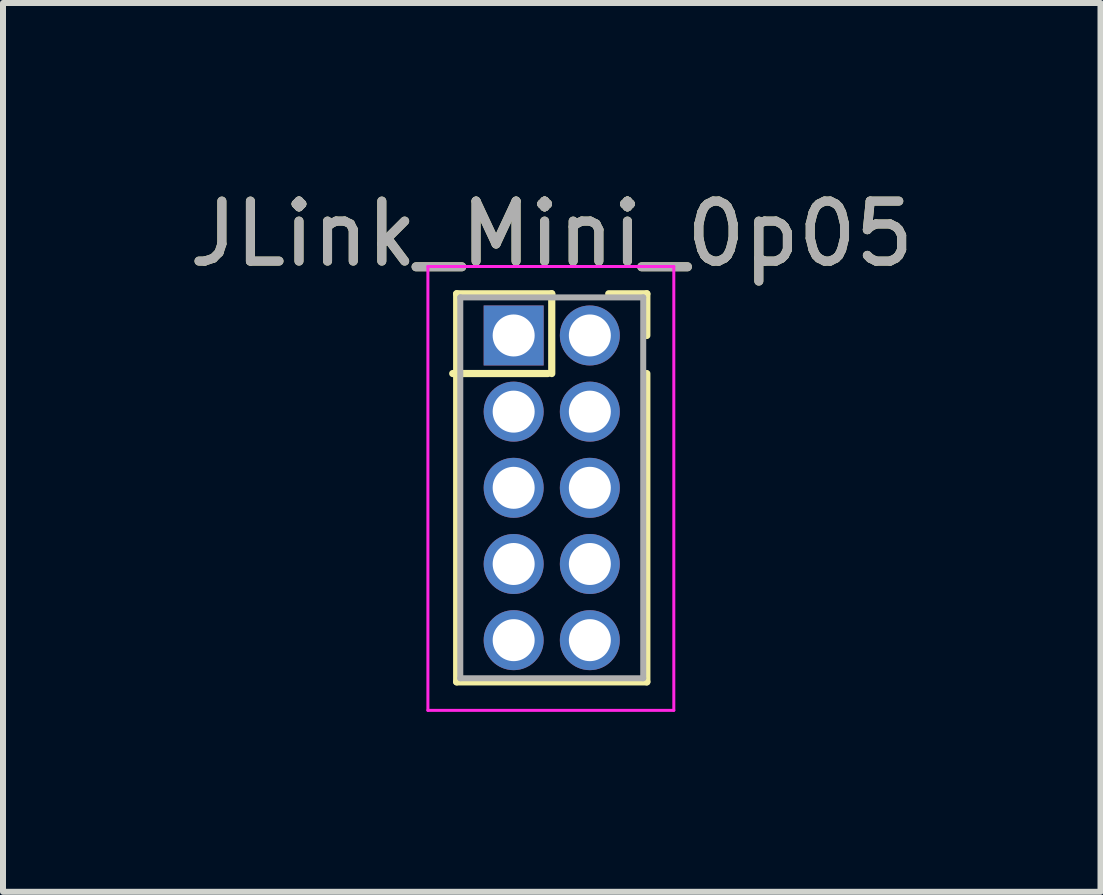
<source format=kicad_pcb>
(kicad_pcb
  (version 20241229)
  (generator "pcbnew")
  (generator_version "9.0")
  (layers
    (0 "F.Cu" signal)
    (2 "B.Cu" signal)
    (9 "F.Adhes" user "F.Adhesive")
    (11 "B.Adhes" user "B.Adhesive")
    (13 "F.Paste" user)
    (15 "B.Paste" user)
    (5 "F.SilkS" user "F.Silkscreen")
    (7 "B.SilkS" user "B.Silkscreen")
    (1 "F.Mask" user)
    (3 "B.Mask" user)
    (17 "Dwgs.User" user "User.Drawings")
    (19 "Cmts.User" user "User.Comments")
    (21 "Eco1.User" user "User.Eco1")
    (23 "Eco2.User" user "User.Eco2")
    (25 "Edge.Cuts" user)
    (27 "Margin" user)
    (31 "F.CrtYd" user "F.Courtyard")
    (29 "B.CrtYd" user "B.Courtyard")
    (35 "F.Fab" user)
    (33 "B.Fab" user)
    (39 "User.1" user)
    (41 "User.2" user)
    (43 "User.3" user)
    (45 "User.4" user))
  (footprint "JLink_Mini_0p05"
    (layer "F.Cu")
    (at 6.784 2.543)
    (property "Reference" "JLink_Mini_0p05" (at -0.635 -1.695 0) (layer "F.SilkS") (effects (font (size 1 1) (thickness 0.15))))
    (attr through_hole)
    (fp_line (start -2.286 0.635) (end -0.701 0.635) (stroke (width 0.12) (type solid)) (layer "F.SilkS"))
    (fp_line (start -2.22 -0.695) (end -0.635 -0.695) (stroke (width 0.12) (type solid)) (layer "F.SilkS"))
    (fp_line (start -2.22 5.775) (end -2.22 -0.695) (stroke (width 0.12) (type solid)) (layer "F.SilkS"))
    (fp_line (start -0.635 -0.695) (end -0.635 0.635) (stroke (width 0.12) (type solid)) (layer "F.SilkS"))
    (fp_line (start 0.95 -0.695) (end 0.315 -0.695) (stroke (width 0.12) (type solid)) (layer "F.SilkS"))
    (fp_line (start 0.95 0) (end 0.95 -0.695) (stroke (width 0.12) (type solid)) (layer "F.SilkS"))
    (fp_line (start 0.95 0.635) (end 0.95 5.775) (stroke (width 0.12) (type solid)) (layer "F.SilkS"))
    (fp_line (start 0.95 5.775) (end -2.22 5.775) (stroke (width 0.12) (type solid)) (layer "F.SilkS"))
    (fp_line (start -2.7 -1.15) (end -2.7 6.25) (stroke (width 0.05) (type solid)) (layer "F.CrtYd"))
    (fp_line (start -2.7 6.25) (end 1.4 6.25) (stroke (width 0.05) (type solid)) (layer "F.CrtYd"))
    (fp_line (start 1.4 -1.15) (end -2.7 -1.15) (stroke (width 0.05) (type solid)) (layer "F.CrtYd"))
    (fp_line (start 1.4 6.25) (end 1.4 -1.15) (stroke (width 0.05) (type solid)) (layer "F.CrtYd"))
    (fp_line (start -2.16 -0.635) (end -2.16 5.715) (stroke (width 0.1) (type solid)) (layer "F.Fab"))
    (fp_line (start -2.16 5.715) (end 0.89 5.715) (stroke (width 0.1) (type solid)) (layer "F.Fab"))
    (fp_line (start 0.89 -0.635) (end -2.16 -0.635) (stroke (width 0.1) (type solid)) (layer "F.Fab"))
    (fp_line (start 0.89 5.715) (end 0.89 -0.635) (stroke (width 0.1) (type solid)) (layer "F.Fab"))
    (fp_text user "${REFERENCE}" (at -0.635 -1.695 0) (layer "F.Fab") (effects (font (size 1 1) (thickness 0.15))))
    (pad "1" thru_hole rect (at -1.27 0) (size 1 1) (drill 0.7) (layers "*.Cu" "*.Mask"))
    (pad "2" thru_hole oval (at 0 0) (size 1 1) (drill 0.7) (layers "*.Cu" "*.Mask"))
    (pad "3" thru_hole oval (at -1.27 1.27) (size 1 1) (drill 0.7) (layers "*.Cu" "*.Mask"))
    (pad "4" thru_hole oval (at 0 1.27) (size 1 1) (drill 0.7) (layers "*.Cu" "*.Mask"))
    (pad "5" thru_hole oval (at -1.27 2.54) (size 1 1) (drill 0.7) (layers "*.Cu" "*.Mask"))
    (pad "6" thru_hole oval (at 0 2.54) (size 1 1) (drill 0.7) (layers "*.Cu" "*.Mask"))
    (pad "7" thru_hole oval (at -1.27 3.81) (size 1 1) (drill 0.7) (layers "*.Cu" "*.Mask"))
    (pad "8" thru_hole oval (at 0 3.81) (size 1 1) (drill 0.7) (layers "*.Cu" "*.Mask"))
    (pad "9" thru_hole oval (at -1.27 5.08) (size 1 1) (drill 0.7) (layers "*.Cu" "*.Mask"))
    (pad "10" thru_hole oval (at 0 5.08) (size 1 1) (drill 0.7) (layers "*.Cu" "*.Mask")))
  (gr_rect
    (start -3 -3)
    (end 15.298 11.818)
    (stroke (width 0.1) (type default))
    (fill no)
    (layer "Edge.Cuts")))
</source>
